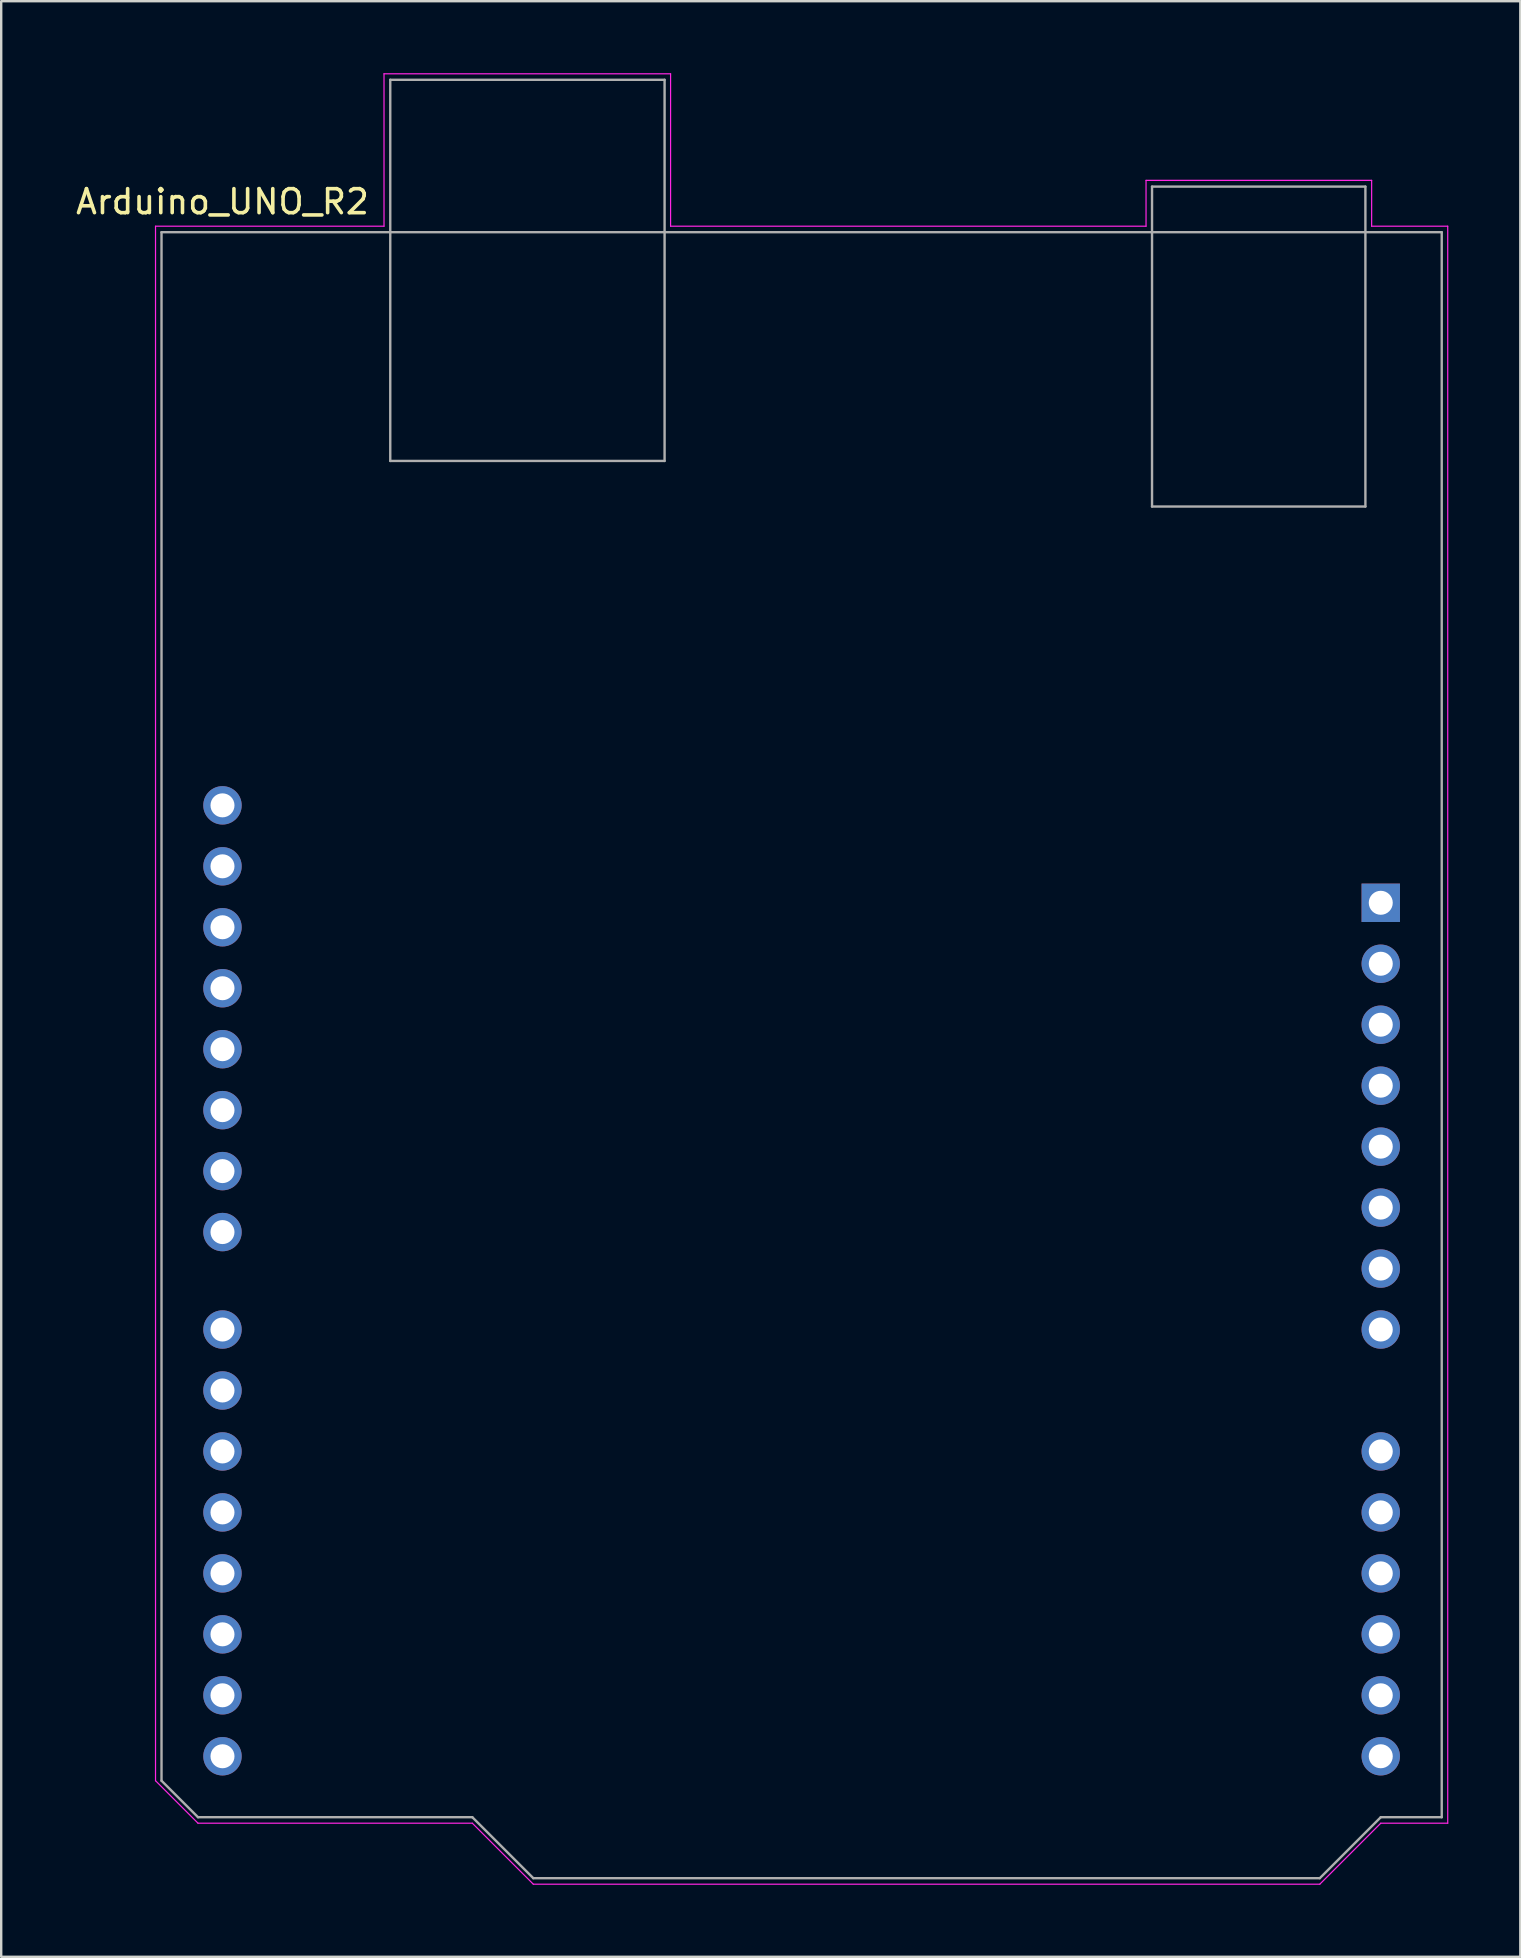
<source format=kicad_pcb>
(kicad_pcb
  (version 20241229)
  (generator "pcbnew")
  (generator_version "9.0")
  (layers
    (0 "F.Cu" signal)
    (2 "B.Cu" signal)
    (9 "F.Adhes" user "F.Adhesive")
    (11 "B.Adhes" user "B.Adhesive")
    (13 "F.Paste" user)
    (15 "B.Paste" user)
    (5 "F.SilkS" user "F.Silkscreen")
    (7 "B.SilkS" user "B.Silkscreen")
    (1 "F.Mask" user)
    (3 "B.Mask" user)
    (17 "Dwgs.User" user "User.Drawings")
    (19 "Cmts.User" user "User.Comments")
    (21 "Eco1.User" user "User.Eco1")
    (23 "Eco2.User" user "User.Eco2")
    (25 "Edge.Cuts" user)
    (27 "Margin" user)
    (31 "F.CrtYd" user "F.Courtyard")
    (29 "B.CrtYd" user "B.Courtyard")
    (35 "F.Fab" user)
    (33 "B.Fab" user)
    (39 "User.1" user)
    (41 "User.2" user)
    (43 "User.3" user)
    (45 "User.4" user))
  (footprint "Arduino_UNO_R2"
    (layer "F.Cu")
    (at 30.35 23.135)
    (property "Reference" "Arduino_UNO_R2" (at -24.13 -17.78 0) (layer "F.SilkS") (effects (font (size 1 1) (thickness 0.15))))
    (attr through_hole)
    (fp_line (start -26.8 -16.64) (end -26.8 48.01) (stroke (width 0.12) (type solid)) (layer "Eco2.User"))
    (fp_line (start -26.8 48.01) (end -25.15 49.66) (stroke (width 0.12) (type solid)) (layer "Eco2.User"))
    (fp_line (start -25.15 49.66) (end -13.72 49.66) (stroke (width 0.12) (type solid)) (layer "Eco2.User"))
    (fp_line (start -17.27 -22.99) (end -17.27 -16.64) (stroke (width 0.12) (type solid)) (layer "Eco2.User"))
    (fp_line (start -17.27 -16.64) (end -26.8 -16.64) (stroke (width 0.12) (type solid)) (layer "Eco2.User"))
    (fp_line (start -13.72 49.66) (end -11.18 52.2) (stroke (width 0.12) (type solid)) (layer "Eco2.User"))
    (fp_line (start -11.18 52.2) (end 21.59 52.2) (stroke (width 0.12) (type solid)) (layer "Eco2.User"))
    (fp_line (start -5.59 -22.99) (end -17.27 -22.99) (stroke (width 0.12) (type solid)) (layer "Eco2.User"))
    (fp_line (start -5.59 -16.64) (end -5.59 -22.99) (stroke (width 0.12) (type solid)) (layer "Eco2.User"))
    (fp_line (start 14.48 -18.54) (end 14.48 -16.64) (stroke (width 0.12) (type solid)) (layer "Eco2.User"))
    (fp_line (start 14.48 -16.64) (end -5.59 -16.64) (stroke (width 0.12) (type solid)) (layer "Eco2.User"))
    (fp_line (start 21.59 52.2) (end 24.13 49.66) (stroke (width 0.12) (type solid)) (layer "Eco2.User"))
    (fp_line (start 23.62 -18.54) (end 14.48 -18.54) (stroke (width 0.12) (type solid)) (layer "Eco2.User"))
    (fp_line (start 23.62 -16.64) (end 23.62 -18.54) (stroke (width 0.12) (type solid)) (layer "Eco2.User"))
    (fp_line (start 24.13 49.66) (end 26.8 49.66) (stroke (width 0.12) (type solid)) (layer "Eco2.User"))
    (fp_line (start 26.8 -16.64) (end 23.62 -16.64) (stroke (width 0.12) (type solid)) (layer "Eco2.User"))
    (fp_line (start 26.8 49.66) (end 26.8 -16.64) (stroke (width 0.12) (type solid)) (layer "Eco2.User"))
    (fp_line (start -26.92 -16.76) (end -17.4 -16.76) (stroke (width 0.05) (type solid)) (layer "F.CrtYd"))
    (fp_line (start -26.92 48.01) (end -26.92 -16.76) (stroke (width 0.05) (type solid)) (layer "F.CrtYd"))
    (fp_line (start -25.15 49.78) (end -26.92 48.01) (stroke (width 0.05) (type solid)) (layer "F.CrtYd"))
    (fp_line (start -17.4 -23.11) (end -5.46 -23.11) (stroke (width 0.05) (type solid)) (layer "F.CrtYd"))
    (fp_line (start -17.4 -16.76) (end -17.4 -23.11) (stroke (width 0.05) (type solid)) (layer "F.CrtYd"))
    (fp_line (start -13.72 49.78) (end -25.15 49.78) (stroke (width 0.05) (type solid)) (layer "F.CrtYd"))
    (fp_line (start -11.18 52.32) (end -13.72 49.78) (stroke (width 0.05) (type solid)) (layer "F.CrtYd"))
    (fp_line (start -5.46 -23.11) (end -5.46 -16.76) (stroke (width 0.05) (type solid)) (layer "F.CrtYd"))
    (fp_line (start -5.46 -16.76) (end 14.35 -16.76) (stroke (width 0.05) (type solid)) (layer "F.CrtYd"))
    (fp_line (start 14.35 -18.67) (end 23.75 -18.67) (stroke (width 0.05) (type solid)) (layer "F.CrtYd"))
    (fp_line (start 14.35 -16.76) (end 14.35 -18.67) (stroke (width 0.05) (type solid)) (layer "F.CrtYd"))
    (fp_line (start 21.59 52.32) (end -11.18 52.32) (stroke (width 0.05) (type solid)) (layer "F.CrtYd"))
    (fp_line (start 23.75 -18.67) (end 23.75 -16.76) (stroke (width 0.05) (type solid)) (layer "F.CrtYd"))
    (fp_line (start 23.75 -16.76) (end 26.92 -16.76) (stroke (width 0.05) (type solid)) (layer "F.CrtYd"))
    (fp_line (start 24.13 49.78) (end 21.59 52.32) (stroke (width 0.05) (type solid)) (layer "F.CrtYd"))
    (fp_line (start 26.92 -16.76) (end 26.92 49.78) (stroke (width 0.05) (type solid)) (layer "F.CrtYd"))
    (fp_line (start 26.92 49.78) (end 24.13 49.78) (stroke (width 0.05) (type solid)) (layer "F.CrtYd"))
    (fp_line (start -26.67 -16.51) (end 26.67 -16.51) (stroke (width 0.1) (type solid)) (layer "F.Fab"))
    (fp_line (start -26.67 48.01) (end -26.67 -16.51) (stroke (width 0.1) (type solid)) (layer "F.Fab"))
    (fp_line (start -25.15 49.53) (end -26.67 48.01) (stroke (width 0.1) (type solid)) (layer "F.Fab"))
    (fp_line (start -17.14 -22.86) (end -5.71 -22.86) (stroke (width 0.1) (type solid)) (layer "F.Fab"))
    (fp_line (start -17.14 -6.98) (end -17.14 -22.86) (stroke (width 0.1) (type solid)) (layer "F.Fab"))
    (fp_line (start -13.72 49.53) (end -25.15 49.53) (stroke (width 0.1) (type solid)) (layer "F.Fab"))
    (fp_line (start -11.18 52.07) (end -13.72 49.53) (stroke (width 0.1) (type solid)) (layer "F.Fab"))
    (fp_line (start -5.71 -22.86) (end -5.71 -6.98) (stroke (width 0.1) (type solid)) (layer "F.Fab"))
    (fp_line (start -5.71 -6.98) (end -17.14 -6.98) (stroke (width 0.1) (type solid)) (layer "F.Fab"))
    (fp_line (start 14.6 -18.41) (end 23.49 -18.41) (stroke (width 0.1) (type solid)) (layer "F.Fab"))
    (fp_line (start 14.6 -5.08) (end 14.6 -18.41) (stroke (width 0.1) (type solid)) (layer "F.Fab"))
    (fp_line (start 21.59 52.07) (end -11.18 52.07) (stroke (width 0.1) (type solid)) (layer "F.Fab"))
    (fp_line (start 23.49 -18.41) (end 23.49 -5.08) (stroke (width 0.1) (type solid)) (layer "F.Fab"))
    (fp_line (start 23.49 -5.08) (end 14.6 -5.08) (stroke (width 0.1) (type solid)) (layer "F.Fab"))
    (fp_line (start 24.13 49.53) (end 21.59 52.07) (stroke (width 0.1) (type solid)) (layer "F.Fab"))
    (fp_line (start 26.67 -16.51) (end 26.67 49.53) (stroke (width 0.1) (type solid)) (layer "F.Fab"))
    (fp_line (start 26.67 49.53) (end 24.13 49.53) (stroke (width 0.1) (type solid)) (layer "F.Fab"))
    (pad "1" thru_hole rect (at 24.13 11.43) (size 1.6 1.6) (drill 1) (layers "*.Cu" "*.Mask"))
    (pad "2" thru_hole oval (at 24.13 13.97) (size 1.6 1.6) (drill 1) (layers "*.Cu" "*.Mask"))
    (pad "3" thru_hole oval (at 24.13 16.51) (size 1.6 1.6) (drill 1) (layers "*.Cu" "*.Mask"))
    (pad "4" thru_hole oval (at 24.13 19.05) (size 1.6 1.6) (drill 1) (layers "*.Cu" "*.Mask"))
    (pad "5" thru_hole oval (at 24.13 21.59) (size 1.6 1.6) (drill 1) (layers "*.Cu" "*.Mask"))
    (pad "6" thru_hole oval (at 24.13 24.13) (size 1.6 1.6) (drill 1) (layers "*.Cu" "*.Mask"))
    (pad "7" thru_hole oval (at 24.13 26.67) (size 1.6 1.6) (drill 1) (layers "*.Cu" "*.Mask"))
    (pad "8" thru_hole oval (at 24.13 29.21) (size 1.6 1.6) (drill 1) (layers "*.Cu" "*.Mask"))
    (pad "9" thru_hole oval (at 24.13 34.29) (size 1.6 1.6) (drill 1) (layers "*.Cu" "*.Mask"))
    (pad "10" thru_hole oval (at 24.13 36.83) (size 1.6 1.6) (drill 1) (layers "*.Cu" "*.Mask"))
    (pad "11" thru_hole oval (at 24.13 39.37) (size 1.6 1.6) (drill 1) (layers "*.Cu" "*.Mask"))
    (pad "12" thru_hole oval (at 24.13 41.91) (size 1.6 1.6) (drill 1) (layers "*.Cu" "*.Mask"))
    (pad "13" thru_hole oval (at 24.13 44.45) (size 1.6 1.6) (drill 1) (layers "*.Cu" "*.Mask"))
    (pad "14" thru_hole oval (at 24.13 46.99) (size 1.6 1.6) (drill 1) (layers "*.Cu" "*.Mask"))
    (pad "15" thru_hole oval (at -24.13 46.99) (size 1.6 1.6) (drill 1) (layers "*.Cu" "*.Mask"))
    (pad "16" thru_hole oval (at -24.13 44.45) (size 1.6 1.6) (drill 1) (layers "*.Cu" "*.Mask"))
    (pad "17" thru_hole oval (at -24.13 41.91) (size 1.6 1.6) (drill 1) (layers "*.Cu" "*.Mask"))
    (pad "18" thru_hole oval (at -24.13 39.37) (size 1.6 1.6) (drill 1) (layers "*.Cu" "*.Mask"))
    (pad "19" thru_hole oval (at -24.13 36.83) (size 1.6 1.6) (drill 1) (layers "*.Cu" "*.Mask"))
    (pad "20" thru_hole oval (at -24.13 34.29) (size 1.6 1.6) (drill 1) (layers "*.Cu" "*.Mask"))
    (pad "21" thru_hole oval (at -24.13 31.75) (size 1.6 1.6) (drill 1) (layers "*.Cu" "*.Mask"))
    (pad "22" thru_hole oval (at -24.13 29.21) (size 1.6 1.6) (drill 1) (layers "*.Cu" "*.Mask"))
    (pad "23" thru_hole oval (at -24.13 25.15) (size 1.6 1.6) (drill 1) (layers "*.Cu" "*.Mask"))
    (pad "24" thru_hole oval (at -24.13 22.61) (size 1.6 1.6) (drill 1) (layers "*.Cu" "*.Mask"))
    (pad "25" thru_hole oval (at -24.13 20.07) (size 1.6 1.6) (drill 1) (layers "*.Cu" "*.Mask"))
    (pad "26" thru_hole oval (at -24.13 17.53) (size 1.6 1.6) (drill 1) (layers "*.Cu" "*.Mask"))
    (pad "27" thru_hole oval (at -24.13 14.99) (size 1.6 1.6) (drill 1) (layers "*.Cu" "*.Mask"))
    (pad "28" thru_hole oval (at -24.13 12.45) (size 1.6 1.6) (drill 1) (layers "*.Cu" "*.Mask"))
    (pad "29" thru_hole oval (at -24.13 9.91) (size 1.6 1.6) (drill 1) (layers "*.Cu" "*.Mask"))
    (pad "30" thru_hole oval (at -24.13 7.37) (size 1.6 1.6) (drill 1) (layers "*.Cu" "*.Mask")))
  (gr_rect
    (start -3 -3)
    (end 60.295 78.48)
    (stroke (width 0.1) (type default))
    (fill no)
    (layer "Edge.Cuts")))
</source>
